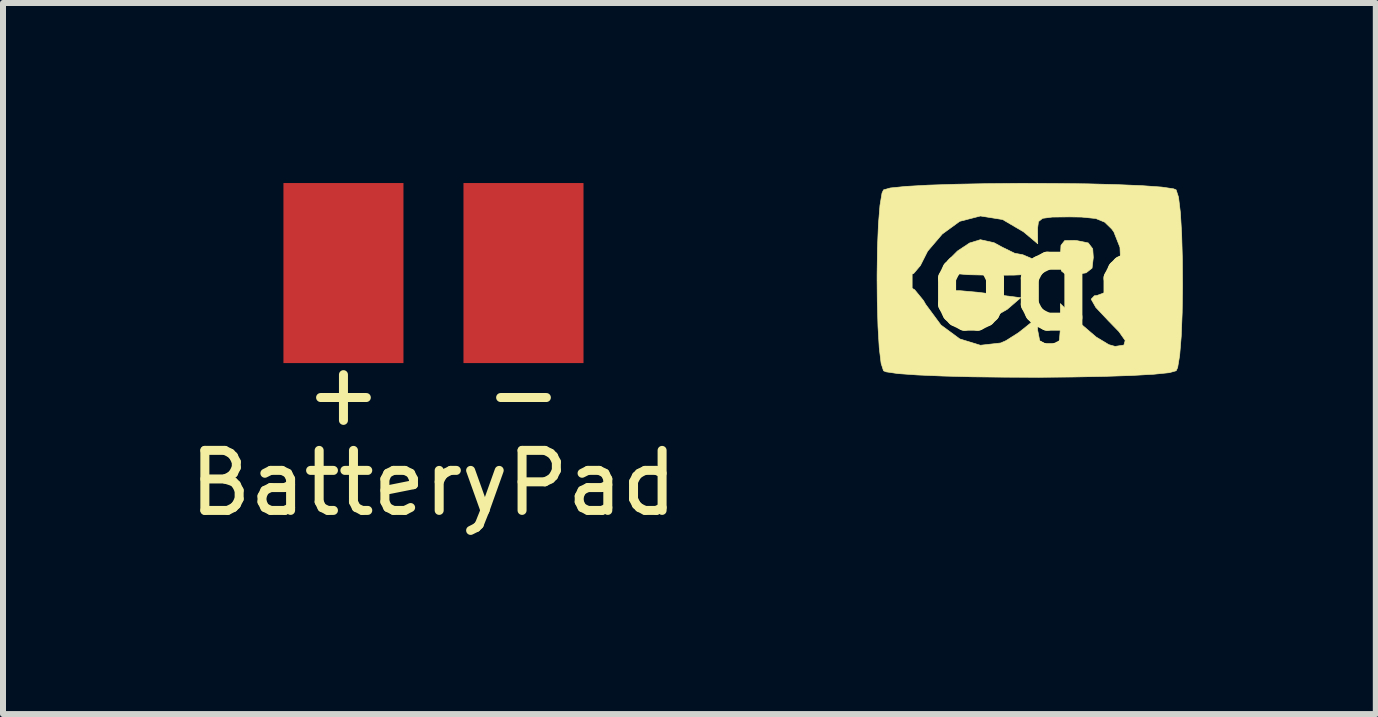
<source format=kicad_pcb>
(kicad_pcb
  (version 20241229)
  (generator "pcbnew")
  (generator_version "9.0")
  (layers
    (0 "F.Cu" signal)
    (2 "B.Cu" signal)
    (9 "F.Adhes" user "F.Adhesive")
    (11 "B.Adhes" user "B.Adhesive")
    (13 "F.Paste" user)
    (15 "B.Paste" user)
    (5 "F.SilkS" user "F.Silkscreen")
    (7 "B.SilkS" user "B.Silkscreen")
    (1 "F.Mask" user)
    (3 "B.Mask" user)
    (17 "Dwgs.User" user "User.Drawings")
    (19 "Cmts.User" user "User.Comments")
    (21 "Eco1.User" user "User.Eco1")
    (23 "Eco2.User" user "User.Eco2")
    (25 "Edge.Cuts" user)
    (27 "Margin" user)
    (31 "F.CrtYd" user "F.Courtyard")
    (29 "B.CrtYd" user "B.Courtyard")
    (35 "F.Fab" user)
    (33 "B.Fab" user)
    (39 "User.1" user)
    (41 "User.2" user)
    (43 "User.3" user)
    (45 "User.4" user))
  (footprint "logo"
    (layer "F.Cu")
    (at 14.11 1.621)
    (property "Reference" "logo" (at 0 0 0) (layer "F.SilkS") (effects (font (size 1.524 1.524) (thickness 0.3))))
    (attr through_hole)
    (fp_poly (pts (xy -1.158 0.173) (xy -0.868 0.199) (xy -0.795 0.208) (xy -0.152 0.29) (xy -0.377 0.484) (xy -0.668 0.648) (xy -0.954 0.646) (xy -1.225 0.476) (xy -1.232 0.47) (xy -1.371 0.312) (xy -1.438 0.201) (xy -1.439 0.194) (xy -1.362 0.171) (xy -1.158 0.173)) (stroke (width 0.01) (type solid)) (fill yes) (layer "F.SilkS"))
    (fp_poly (pts (xy 0.783 -0.662) (xy 0.974 -0.623) (xy 1.048 -0.525) (xy 1.058 -0.381) (xy 1.037 -0.203) (xy 0.938 -0.125) (xy 0.783 -0.1) (xy 0.601 -0.095) (xy 0.525 -0.157) (xy 0.508 -0.334) (xy 0.508 -0.381) (xy 0.519 -0.583) (xy 0.581 -0.662) (xy 0.741 -0.665) (xy 0.783 -0.662)) (stroke (width 0.01) (type solid)) (fill yes) (layer "F.SilkS"))
    (fp_poly (pts (xy -0.595 -0.626) (xy -0.461 -0.553) (xy -0.255 -0.452) (xy -0.116 -0.426) (xy 0.056 -0.352) (xy 0.109 -0.254) (xy 0.12 -0.175) (xy 0.081 -0.126) (xy -0.037 -0.098) (xy -0.263 -0.087) (xy -0.627 -0.085) (xy -0.643 -0.085) (xy -1.042 -0.094) (xy -1.311 -0.12) (xy -1.434 -0.16) (xy -1.439 -0.173) (xy -1.371 -0.322) (xy -1.206 -0.488) (xy -1.004 -0.622) (xy -0.824 -0.677) (xy -0.595 -0.626)) (stroke (width 0.01) (type solid)) (fill yes) (layer "F.SilkS"))
    (fp_poly (pts (xy 0.409 -1.614) (xy 0.953 -1.608) (xy 1.45 -1.595) (xy 1.875 -1.577) (xy 2.198 -1.554) (xy 2.395 -1.525) (xy 2.438 -1.507) (xy 2.478 -1.384) (xy 2.509 -1.127) (xy 2.53 -0.771) (xy 2.542 -0.352) (xy 2.545 0.094) (xy 2.539 0.534) (xy 2.523 0.93) (xy 2.497 1.249) (xy 2.463 1.454) (xy 2.438 1.507) (xy 2.324 1.539) (xy 2.067 1.565) (xy 1.694 1.586) (xy 1.234 1.601) (xy 0.712 1.611) (xy 0.155 1.616) (xy -0.409 1.614) (xy -0.953 1.608) (xy -1.45 1.595) (xy -1.875 1.577) (xy -2.198 1.554) (xy -2.395 1.525) (xy -2.438 1.507) (xy -2.478 1.384) (xy -2.509 1.127) (xy -2.53 0.771) (xy -2.542 0.352) (xy -2.545 0) (xy -2.201 0) (xy -2.131 0.072) (xy -2.053 0.085) (xy -1.92 0.156) (xy -1.772 0.337) (xy -1.736 0.4) (xy -1.481 0.745) (xy -1.166 0.977) (xy -0.823 1.082) (xy -0.486 1.044) (xy -0.397 1.005) (xy -0.186 0.871) (xy -0.039 0.754) (xy 0.085 0.652) (xy 0.127 0.684) (xy 0.13 0.828) (xy 0.165 1.009) (xy 0.298 1.082) (xy 0.318 1.085) (xy 0.437 1.085) (xy 0.492 1.009) (xy 0.508 0.817) (xy 0.508 0.75) (xy 0.508 0.388) (xy 0.871 0.744) (xy 1.106 0.945) (xy 1.317 1.072) (xy 1.421 1.101) (xy 1.567 1.079) (xy 1.589 1.003) (xy 1.485 0.855) (xy 1.312 0.677) (xy 1.1 0.452) (xy 1.022 0.314) (xy 1.076 0.257) (xy 1.115 0.254) (xy 1.31 0.181) (xy 1.446 -0.009) (xy 1.514 -0.267) (xy 1.502 -0.549) (xy 1.4 -0.807) (xy 1.363 -0.857) (xy 1.248 -0.969) (xy 1.099 -1.03) (xy 0.863 -1.054) (xy 0.665 -1.057) (xy 0.373 -1.054) (xy 0.213 -1.033) (xy 0.144 -0.978) (xy 0.13 -0.873) (xy 0.13 -0.833) (xy 0.132 -0.609) (xy -0.106 -0.809) (xy -0.454 -1.013) (xy -0.823 -1.072) (xy -1.168 -0.983) (xy -1.459 -0.771) (xy -1.703 -0.485) (xy -1.823 -0.247) (xy -1.936 -0.113) (xy -2.038 -0.085) (xy -2.172 -0.048) (xy -2.201 0) (xy -2.545 0) (xy -2.545 -0.094) (xy -2.539 -0.534) (xy -2.523 -0.93) (xy -2.497 -1.249) (xy -2.463 -1.454) (xy -2.438 -1.507) (xy -2.324 -1.539) (xy -2.067 -1.565) (xy -1.694 -1.586) (xy -1.234 -1.601) (xy -0.712 -1.611) (xy -0.155 -1.616) (xy 0.409 -1.614)) (stroke (width 0.01) (type solid)) (fill yes) (layer "F.SilkS")))
  (footprint "BatteryPad"
    (layer "F.Cu")
    (at 4.173 3)
    (property "Reference" "BatteryPad" (at 0 2 0) (layer "F.SilkS") (effects (font (size 1 1) (thickness 0.15))))
    (attr through_hole)
    (fp_text user "+" (at -1.5 0.5 0) (layer "F.SilkS") (effects (font (size 1 1) (thickness 0.15))))
    (fp_text user "-" (at 1.5 0.5 0) (layer "F.SilkS") (effects (font (size 1 1) (thickness 0.15))))
    (pad "1" smd rect (at -1.5 -1.5) (size 2 3) (layers "F.Cu" "F.Mask" "F.Paste"))
    (pad "2" smd rect (at 1.5 -1.5) (size 2 3) (layers "F.Cu" "F.Mask" "F.Paste")))
  (gr_rect
    (start -3 -3)
    (end 19.875 8.848)
    (stroke (width 0.1) (type default))
    (fill no)
    (layer "Edge.Cuts")))
</source>
